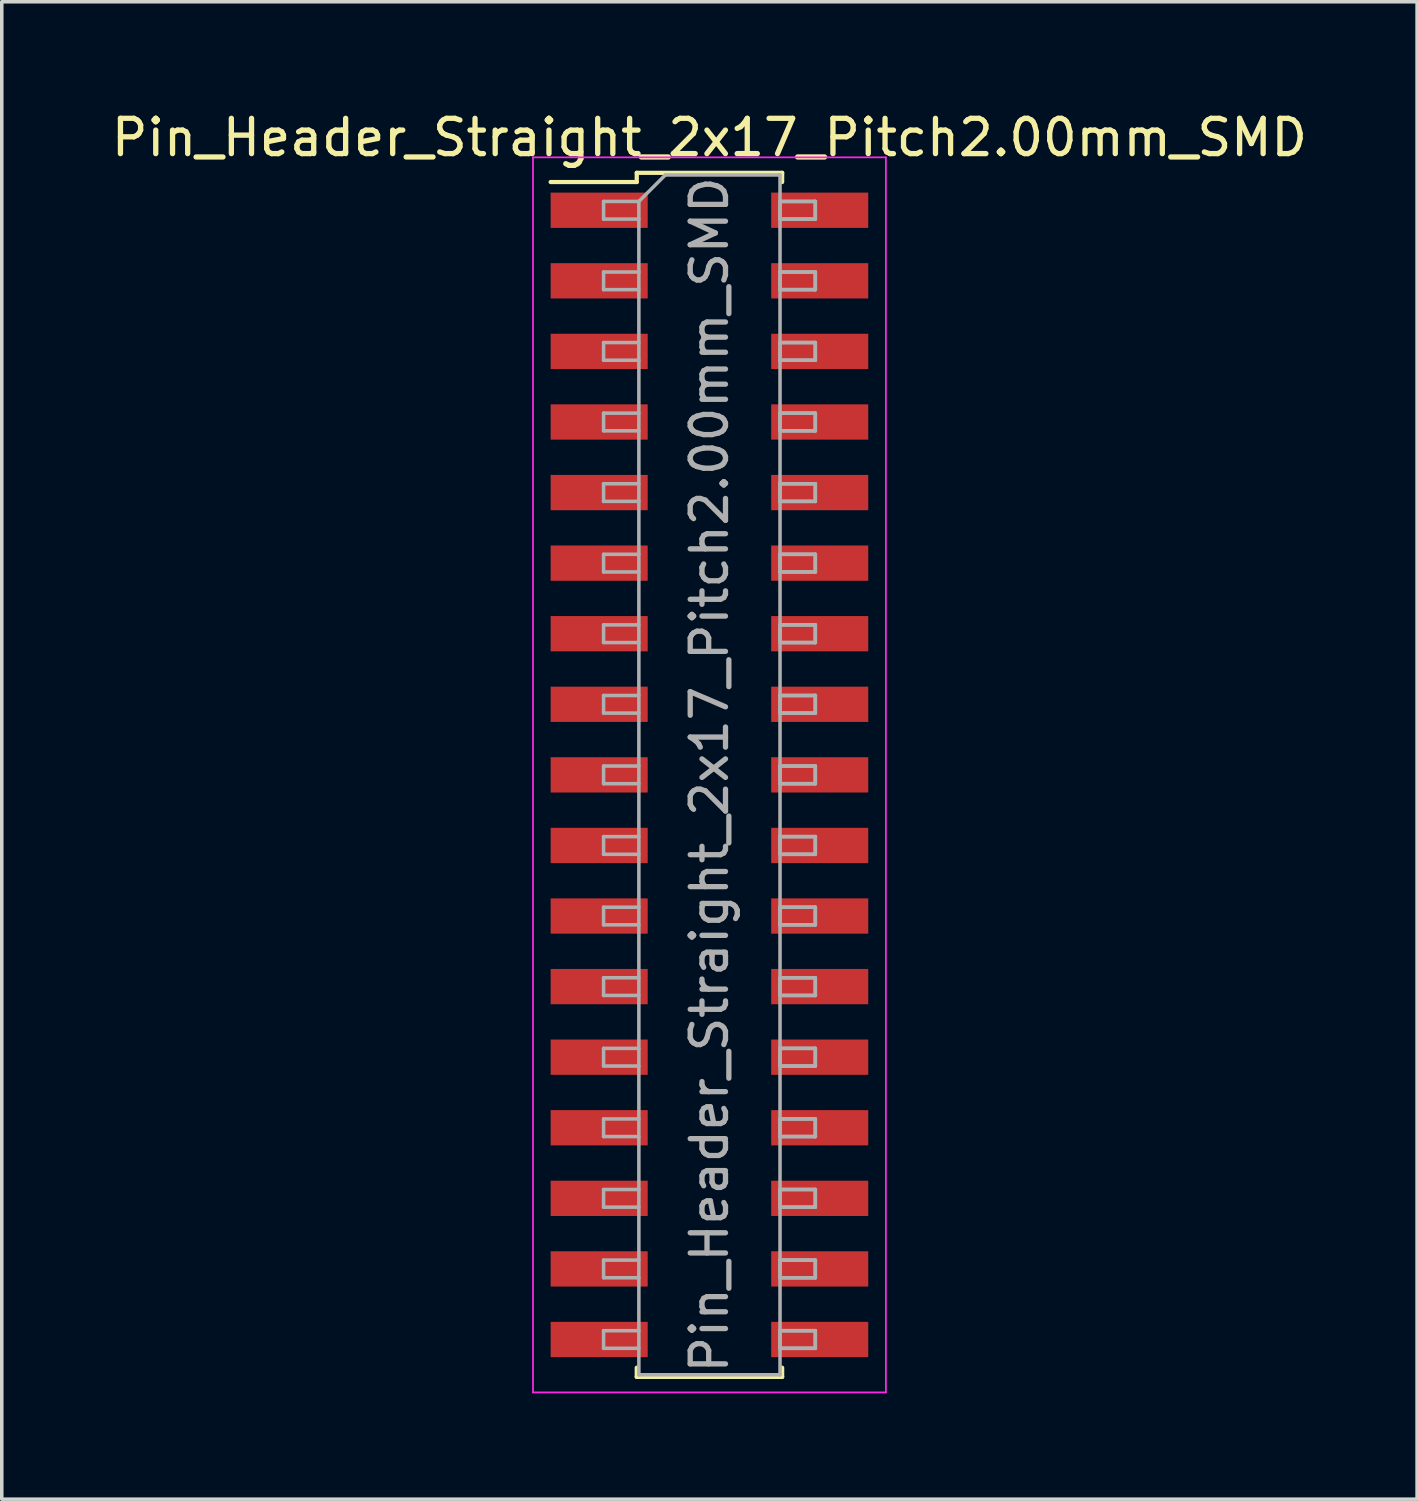
<source format=kicad_pcb>
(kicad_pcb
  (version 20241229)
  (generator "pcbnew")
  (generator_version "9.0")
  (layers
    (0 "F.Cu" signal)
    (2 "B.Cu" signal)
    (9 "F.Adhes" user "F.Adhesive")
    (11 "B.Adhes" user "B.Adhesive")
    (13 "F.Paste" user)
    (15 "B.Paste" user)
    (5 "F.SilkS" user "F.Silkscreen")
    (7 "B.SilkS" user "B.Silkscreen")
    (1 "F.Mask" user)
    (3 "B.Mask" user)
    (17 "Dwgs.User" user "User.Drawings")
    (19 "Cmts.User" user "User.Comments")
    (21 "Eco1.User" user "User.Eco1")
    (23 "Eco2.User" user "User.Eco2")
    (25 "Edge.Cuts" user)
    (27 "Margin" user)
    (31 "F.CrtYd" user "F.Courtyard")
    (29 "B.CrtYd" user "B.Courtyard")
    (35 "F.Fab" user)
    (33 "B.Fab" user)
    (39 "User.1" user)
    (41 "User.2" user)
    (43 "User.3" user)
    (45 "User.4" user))
  (footprint "Pin_Header_Straight_2x17_Pitch2.00mm_SMD"
    (layer "F.Cu")
    (at 17.054 18.908)
    (property "Reference" "Pin_Header_Straight_2x17_Pitch2.00mm_SMD" (at 0 -18.06 0) (layer "F.SilkS") (effects (font (size 1 1) (thickness 0.15))))
    (attr smd)
    (fp_line (start -4.5 -16.8) (end -2.06 -16.8) (stroke (width 0.12) (type solid)) (layer "F.SilkS"))
    (fp_line (start -2.06 -17.06) (end 2.06 -17.06) (stroke (width 0.12) (type solid)) (layer "F.SilkS"))
    (fp_line (start -2.06 -16.8) (end -2.06 -17.06) (stroke (width 0.12) (type solid)) (layer "F.SilkS"))
    (fp_line (start -2.06 16.8) (end -2.06 17.06) (stroke (width 0.12) (type solid)) (layer "F.SilkS"))
    (fp_line (start -2.06 17.06) (end 2.06 17.06) (stroke (width 0.12) (type solid)) (layer "F.SilkS"))
    (fp_line (start 2.06 -17.06) (end 2.06 -16.8) (stroke (width 0.12) (type solid)) (layer "F.SilkS"))
    (fp_line (start 2.06 17.06) (end 2.06 16.8) (stroke (width 0.12) (type solid)) (layer "F.SilkS"))
    (fp_line (start -5 -17.5) (end -5 17.5) (stroke (width 0.05) (type solid)) (layer "F.CrtYd"))
    (fp_line (start -5 17.5) (end 5 17.5) (stroke (width 0.05) (type solid)) (layer "F.CrtYd"))
    (fp_line (start 5 -17.5) (end -5 -17.5) (stroke (width 0.05) (type solid)) (layer "F.CrtYd"))
    (fp_line (start 5 17.5) (end 5 -17.5) (stroke (width 0.05) (type solid)) (layer "F.CrtYd"))
    (fp_line (start -3 -16.25) (end -3 -15.75) (stroke (width 0.1) (type solid)) (layer "F.Fab"))
    (fp_line (start -3 -15.75) (end -2 -15.75) (stroke (width 0.1) (type solid)) (layer "F.Fab"))
    (fp_line (start -3 -14.25) (end -3 -13.75) (stroke (width 0.1) (type solid)) (layer "F.Fab"))
    (fp_line (start -3 -13.75) (end -2 -13.75) (stroke (width 0.1) (type solid)) (layer "F.Fab"))
    (fp_line (start -3 -12.25) (end -3 -11.75) (stroke (width 0.1) (type solid)) (layer "F.Fab"))
    (fp_line (start -3 -11.75) (end -2 -11.75) (stroke (width 0.1) (type solid)) (layer "F.Fab"))
    (fp_line (start -3 -10.25) (end -3 -9.75) (stroke (width 0.1) (type solid)) (layer "F.Fab"))
    (fp_line (start -3 -9.75) (end -2 -9.75) (stroke (width 0.1) (type solid)) (layer "F.Fab"))
    (fp_line (start -3 -8.25) (end -3 -7.75) (stroke (width 0.1) (type solid)) (layer "F.Fab"))
    (fp_line (start -3 -7.75) (end -2 -7.75) (stroke (width 0.1) (type solid)) (layer "F.Fab"))
    (fp_line (start -3 -6.25) (end -3 -5.75) (stroke (width 0.1) (type solid)) (layer "F.Fab"))
    (fp_line (start -3 -5.75) (end -2 -5.75) (stroke (width 0.1) (type solid)) (layer "F.Fab"))
    (fp_line (start -3 -4.25) (end -3 -3.75) (stroke (width 0.1) (type solid)) (layer "F.Fab"))
    (fp_line (start -3 -3.75) (end -2 -3.75) (stroke (width 0.1) (type solid)) (layer "F.Fab"))
    (fp_line (start -3 -2.25) (end -3 -1.75) (stroke (width 0.1) (type solid)) (layer "F.Fab"))
    (fp_line (start -3 -1.75) (end -2 -1.75) (stroke (width 0.1) (type solid)) (layer "F.Fab"))
    (fp_line (start -3 -0.25) (end -3 0.25) (stroke (width 0.1) (type solid)) (layer "F.Fab"))
    (fp_line (start -3 0.25) (end -2 0.25) (stroke (width 0.1) (type solid)) (layer "F.Fab"))
    (fp_line (start -3 1.75) (end -3 2.25) (stroke (width 0.1) (type solid)) (layer "F.Fab"))
    (fp_line (start -3 2.25) (end -2 2.25) (stroke (width 0.1) (type solid)) (layer "F.Fab"))
    (fp_line (start -3 3.75) (end -3 4.25) (stroke (width 0.1) (type solid)) (layer "F.Fab"))
    (fp_line (start -3 4.25) (end -2 4.25) (stroke (width 0.1) (type solid)) (layer "F.Fab"))
    (fp_line (start -3 5.75) (end -3 6.25) (stroke (width 0.1) (type solid)) (layer "F.Fab"))
    (fp_line (start -3 6.25) (end -2 6.25) (stroke (width 0.1) (type solid)) (layer "F.Fab"))
    (fp_line (start -3 7.75) (end -3 8.25) (stroke (width 0.1) (type solid)) (layer "F.Fab"))
    (fp_line (start -3 8.25) (end -2 8.25) (stroke (width 0.1) (type solid)) (layer "F.Fab"))
    (fp_line (start -3 9.75) (end -3 10.25) (stroke (width 0.1) (type solid)) (layer "F.Fab"))
    (fp_line (start -3 10.25) (end -2 10.25) (stroke (width 0.1) (type solid)) (layer "F.Fab"))
    (fp_line (start -3 11.75) (end -3 12.25) (stroke (width 0.1) (type solid)) (layer "F.Fab"))
    (fp_line (start -3 12.25) (end -2 12.25) (stroke (width 0.1) (type solid)) (layer "F.Fab"))
    (fp_line (start -3 13.75) (end -3 14.25) (stroke (width 0.1) (type solid)) (layer "F.Fab"))
    (fp_line (start -3 14.25) (end -2 14.25) (stroke (width 0.1) (type solid)) (layer "F.Fab"))
    (fp_line (start -3 15.75) (end -3 16.25) (stroke (width 0.1) (type solid)) (layer "F.Fab"))
    (fp_line (start -3 16.25) (end -2 16.25) (stroke (width 0.1) (type solid)) (layer "F.Fab"))
    (fp_line (start -2 -16.25) (end -3 -16.25) (stroke (width 0.1) (type solid)) (layer "F.Fab"))
    (fp_line (start -2 -16.25) (end -1.25 -17) (stroke (width 0.1) (type solid)) (layer "F.Fab"))
    (fp_line (start -2 -14.25) (end -3 -14.25) (stroke (width 0.1) (type solid)) (layer "F.Fab"))
    (fp_line (start -2 -12.25) (end -3 -12.25) (stroke (width 0.1) (type solid)) (layer "F.Fab"))
    (fp_line (start -2 -10.25) (end -3 -10.25) (stroke (width 0.1) (type solid)) (layer "F.Fab"))
    (fp_line (start -2 -8.25) (end -3 -8.25) (stroke (width 0.1) (type solid)) (layer "F.Fab"))
    (fp_line (start -2 -6.25) (end -3 -6.25) (stroke (width 0.1) (type solid)) (layer "F.Fab"))
    (fp_line (start -2 -4.25) (end -3 -4.25) (stroke (width 0.1) (type solid)) (layer "F.Fab"))
    (fp_line (start -2 -2.25) (end -3 -2.25) (stroke (width 0.1) (type solid)) (layer "F.Fab"))
    (fp_line (start -2 -0.25) (end -3 -0.25) (stroke (width 0.1) (type solid)) (layer "F.Fab"))
    (fp_line (start -2 1.75) (end -3 1.75) (stroke (width 0.1) (type solid)) (layer "F.Fab"))
    (fp_line (start -2 3.75) (end -3 3.75) (stroke (width 0.1) (type solid)) (layer "F.Fab"))
    (fp_line (start -2 5.75) (end -3 5.75) (stroke (width 0.1) (type solid)) (layer "F.Fab"))
    (fp_line (start -2 7.75) (end -3 7.75) (stroke (width 0.1) (type solid)) (layer "F.Fab"))
    (fp_line (start -2 9.75) (end -3 9.75) (stroke (width 0.1) (type solid)) (layer "F.Fab"))
    (fp_line (start -2 11.75) (end -3 11.75) (stroke (width 0.1) (type solid)) (layer "F.Fab"))
    (fp_line (start -2 13.75) (end -3 13.75) (stroke (width 0.1) (type solid)) (layer "F.Fab"))
    (fp_line (start -2 15.75) (end -3 15.75) (stroke (width 0.1) (type solid)) (layer "F.Fab"))
    (fp_line (start -2 17) (end -2 -16.25) (stroke (width 0.1) (type solid)) (layer "F.Fab"))
    (fp_line (start -1.25 -17) (end 2 -17) (stroke (width 0.1) (type solid)) (layer "F.Fab"))
    (fp_line (start 2 -17) (end 2 17) (stroke (width 0.1) (type solid)) (layer "F.Fab"))
    (fp_line (start 2 -16.25) (end 2 -15.75) (stroke (width 0.1) (type solid)) (layer "F.Fab"))
    (fp_line (start 2 -16.25) (end 3 -16.25) (stroke (width 0.1) (type solid)) (layer "F.Fab"))
    (fp_line (start 2 -15.75) (end 3 -15.75) (stroke (width 0.1) (type solid)) (layer "F.Fab"))
    (fp_line (start 2 -14.25) (end 2 -13.75) (stroke (width 0.1) (type solid)) (layer "F.Fab"))
    (fp_line (start 2 -14.25) (end 3 -14.25) (stroke (width 0.1) (type solid)) (layer "F.Fab"))
    (fp_line (start 2 -13.75) (end 3 -13.75) (stroke (width 0.1) (type solid)) (layer "F.Fab"))
    (fp_line (start 2 -12.25) (end 2 -11.75) (stroke (width 0.1) (type solid)) (layer "F.Fab"))
    (fp_line (start 2 -12.25) (end 3 -12.25) (stroke (width 0.1) (type solid)) (layer "F.Fab"))
    (fp_line (start 2 -11.75) (end 3 -11.75) (stroke (width 0.1) (type solid)) (layer "F.Fab"))
    (fp_line (start 2 -10.25) (end 2 -9.75) (stroke (width 0.1) (type solid)) (layer "F.Fab"))
    (fp_line (start 2 -10.25) (end 3 -10.25) (stroke (width 0.1) (type solid)) (layer "F.Fab"))
    (fp_line (start 2 -9.75) (end 3 -9.75) (stroke (width 0.1) (type solid)) (layer "F.Fab"))
    (fp_line (start 2 -8.25) (end 2 -7.75) (stroke (width 0.1) (type solid)) (layer "F.Fab"))
    (fp_line (start 2 -8.25) (end 3 -8.25) (stroke (width 0.1) (type solid)) (layer "F.Fab"))
    (fp_line (start 2 -7.75) (end 3 -7.75) (stroke (width 0.1) (type solid)) (layer "F.Fab"))
    (fp_line (start 2 -6.25) (end 2 -5.75) (stroke (width 0.1) (type solid)) (layer "F.Fab"))
    (fp_line (start 2 -6.25) (end 3 -6.25) (stroke (width 0.1) (type solid)) (layer "F.Fab"))
    (fp_line (start 2 -5.75) (end 3 -5.75) (stroke (width 0.1) (type solid)) (layer "F.Fab"))
    (fp_line (start 2 -4.25) (end 2 -3.75) (stroke (width 0.1) (type solid)) (layer "F.Fab"))
    (fp_line (start 2 -4.25) (end 3 -4.25) (stroke (width 0.1) (type solid)) (layer "F.Fab"))
    (fp_line (start 2 -3.75) (end 3 -3.75) (stroke (width 0.1) (type solid)) (layer "F.Fab"))
    (fp_line (start 2 -2.25) (end 2 -1.75) (stroke (width 0.1) (type solid)) (layer "F.Fab"))
    (fp_line (start 2 -2.25) (end 3 -2.25) (stroke (width 0.1) (type solid)) (layer "F.Fab"))
    (fp_line (start 2 -1.75) (end 3 -1.75) (stroke (width 0.1) (type solid)) (layer "F.Fab"))
    (fp_line (start 2 -0.25) (end 2 0.25) (stroke (width 0.1) (type solid)) (layer "F.Fab"))
    (fp_line (start 2 -0.25) (end 3 -0.25) (stroke (width 0.1) (type solid)) (layer "F.Fab"))
    (fp_line (start 2 0.25) (end 3 0.25) (stroke (width 0.1) (type solid)) (layer "F.Fab"))
    (fp_line (start 2 1.75) (end 2 2.25) (stroke (width 0.1) (type solid)) (layer "F.Fab"))
    (fp_line (start 2 1.75) (end 3 1.75) (stroke (width 0.1) (type solid)) (layer "F.Fab"))
    (fp_line (start 2 2.25) (end 3 2.25) (stroke (width 0.1) (type solid)) (layer "F.Fab"))
    (fp_line (start 2 3.75) (end 2 4.25) (stroke (width 0.1) (type solid)) (layer "F.Fab"))
    (fp_line (start 2 3.75) (end 3 3.75) (stroke (width 0.1) (type solid)) (layer "F.Fab"))
    (fp_line (start 2 4.25) (end 3 4.25) (stroke (width 0.1) (type solid)) (layer "F.Fab"))
    (fp_line (start 2 5.75) (end 2 6.25) (stroke (width 0.1) (type solid)) (layer "F.Fab"))
    (fp_line (start 2 5.75) (end 3 5.75) (stroke (width 0.1) (type solid)) (layer "F.Fab"))
    (fp_line (start 2 6.25) (end 3 6.25) (stroke (width 0.1) (type solid)) (layer "F.Fab"))
    (fp_line (start 2 7.75) (end 2 8.25) (stroke (width 0.1) (type solid)) (layer "F.Fab"))
    (fp_line (start 2 7.75) (end 3 7.75) (stroke (width 0.1) (type solid)) (layer "F.Fab"))
    (fp_line (start 2 8.25) (end 3 8.25) (stroke (width 0.1) (type solid)) (layer "F.Fab"))
    (fp_line (start 2 9.75) (end 2 10.25) (stroke (width 0.1) (type solid)) (layer "F.Fab"))
    (fp_line (start 2 9.75) (end 3 9.75) (stroke (width 0.1) (type solid)) (layer "F.Fab"))
    (fp_line (start 2 10.25) (end 3 10.25) (stroke (width 0.1) (type solid)) (layer "F.Fab"))
    (fp_line (start 2 11.75) (end 2 12.25) (stroke (width 0.1) (type solid)) (layer "F.Fab"))
    (fp_line (start 2 11.75) (end 3 11.75) (stroke (width 0.1) (type solid)) (layer "F.Fab"))
    (fp_line (start 2 12.25) (end 3 12.25) (stroke (width 0.1) (type solid)) (layer "F.Fab"))
    (fp_line (start 2 13.75) (end 2 14.25) (stroke (width 0.1) (type solid)) (layer "F.Fab"))
    (fp_line (start 2 13.75) (end 3 13.75) (stroke (width 0.1) (type solid)) (layer "F.Fab"))
    (fp_line (start 2 14.25) (end 3 14.25) (stroke (width 0.1) (type solid)) (layer "F.Fab"))
    (fp_line (start 2 15.75) (end 2 16.25) (stroke (width 0.1) (type solid)) (layer "F.Fab"))
    (fp_line (start 2 15.75) (end 3 15.75) (stroke (width 0.1) (type solid)) (layer "F.Fab"))
    (fp_line (start 2 16.25) (end 3 16.25) (stroke (width 0.1) (type solid)) (layer "F.Fab"))
    (fp_line (start 2 17) (end -2 17) (stroke (width 0.1) (type solid)) (layer "F.Fab"))
    (fp_line (start 3 -16.25) (end 2 -16.25) (stroke (width 0.1) (type solid)) (layer "F.Fab"))
    (fp_line (start 3 -16.25) (end 3 -15.75) (stroke (width 0.1) (type solid)) (layer "F.Fab"))
    (fp_line (start 3 -15.75) (end 2 -15.75) (stroke (width 0.1) (type solid)) (layer "F.Fab"))
    (fp_line (start 3 -15.75) (end 3 -16.25) (stroke (width 0.1) (type solid)) (layer "F.Fab"))
    (fp_line (start 3 -14.25) (end 2 -14.25) (stroke (width 0.1) (type solid)) (layer "F.Fab"))
    (fp_line (start 3 -14.25) (end 3 -13.75) (stroke (width 0.1) (type solid)) (layer "F.Fab"))
    (fp_line (start 3 -13.75) (end 2 -13.75) (stroke (width 0.1) (type solid)) (layer "F.Fab"))
    (fp_line (start 3 -13.75) (end 3 -14.25) (stroke (width 0.1) (type solid)) (layer "F.Fab"))
    (fp_line (start 3 -12.25) (end 2 -12.25) (stroke (width 0.1) (type solid)) (layer "F.Fab"))
    (fp_line (start 3 -12.25) (end 3 -11.75) (stroke (width 0.1) (type solid)) (layer "F.Fab"))
    (fp_line (start 3 -11.75) (end 2 -11.75) (stroke (width 0.1) (type solid)) (layer "F.Fab"))
    (fp_line (start 3 -11.75) (end 3 -12.25) (stroke (width 0.1) (type solid)) (layer "F.Fab"))
    (fp_line (start 3 -10.25) (end 2 -10.25) (stroke (width 0.1) (type solid)) (layer "F.Fab"))
    (fp_line (start 3 -10.25) (end 3 -9.75) (stroke (width 0.1) (type solid)) (layer "F.Fab"))
    (fp_line (start 3 -9.75) (end 2 -9.75) (stroke (width 0.1) (type solid)) (layer "F.Fab"))
    (fp_line (start 3 -9.75) (end 3 -10.25) (stroke (width 0.1) (type solid)) (layer "F.Fab"))
    (fp_line (start 3 -8.25) (end 2 -8.25) (stroke (width 0.1) (type solid)) (layer "F.Fab"))
    (fp_line (start 3 -8.25) (end 3 -7.75) (stroke (width 0.1) (type solid)) (layer "F.Fab"))
    (fp_line (start 3 -7.75) (end 2 -7.75) (stroke (width 0.1) (type solid)) (layer "F.Fab"))
    (fp_line (start 3 -7.75) (end 3 -8.25) (stroke (width 0.1) (type solid)) (layer "F.Fab"))
    (fp_line (start 3 -6.25) (end 2 -6.25) (stroke (width 0.1) (type solid)) (layer "F.Fab"))
    (fp_line (start 3 -6.25) (end 3 -5.75) (stroke (width 0.1) (type solid)) (layer "F.Fab"))
    (fp_line (start 3 -5.75) (end 2 -5.75) (stroke (width 0.1) (type solid)) (layer "F.Fab"))
    (fp_line (start 3 -5.75) (end 3 -6.25) (stroke (width 0.1) (type solid)) (layer "F.Fab"))
    (fp_line (start 3 -4.25) (end 2 -4.25) (stroke (width 0.1) (type solid)) (layer "F.Fab"))
    (fp_line (start 3 -4.25) (end 3 -3.75) (stroke (width 0.1) (type solid)) (layer "F.Fab"))
    (fp_line (start 3 -3.75) (end 2 -3.75) (stroke (width 0.1) (type solid)) (layer "F.Fab"))
    (fp_line (start 3 -3.75) (end 3 -4.25) (stroke (width 0.1) (type solid)) (layer "F.Fab"))
    (fp_line (start 3 -2.25) (end 2 -2.25) (stroke (width 0.1) (type solid)) (layer "F.Fab"))
    (fp_line (start 3 -2.25) (end 3 -1.75) (stroke (width 0.1) (type solid)) (layer "F.Fab"))
    (fp_line (start 3 -1.75) (end 2 -1.75) (stroke (width 0.1) (type solid)) (layer "F.Fab"))
    (fp_line (start 3 -1.75) (end 3 -2.25) (stroke (width 0.1) (type solid)) (layer "F.Fab"))
    (fp_line (start 3 -0.25) (end 2 -0.25) (stroke (width 0.1) (type solid)) (layer "F.Fab"))
    (fp_line (start 3 -0.25) (end 3 0.25) (stroke (width 0.1) (type solid)) (layer "F.Fab"))
    (fp_line (start 3 0.25) (end 2 0.25) (stroke (width 0.1) (type solid)) (layer "F.Fab"))
    (fp_line (start 3 0.25) (end 3 -0.25) (stroke (width 0.1) (type solid)) (layer "F.Fab"))
    (fp_line (start 3 1.75) (end 2 1.75) (stroke (width 0.1) (type solid)) (layer "F.Fab"))
    (fp_line (start 3 1.75) (end 3 2.25) (stroke (width 0.1) (type solid)) (layer "F.Fab"))
    (fp_line (start 3 2.25) (end 2 2.25) (stroke (width 0.1) (type solid)) (layer "F.Fab"))
    (fp_line (start 3 2.25) (end 3 1.75) (stroke (width 0.1) (type solid)) (layer "F.Fab"))
    (fp_line (start 3 3.75) (end 2 3.75) (stroke (width 0.1) (type solid)) (layer "F.Fab"))
    (fp_line (start 3 3.75) (end 3 4.25) (stroke (width 0.1) (type solid)) (layer "F.Fab"))
    (fp_line (start 3 4.25) (end 2 4.25) (stroke (width 0.1) (type solid)) (layer "F.Fab"))
    (fp_line (start 3 4.25) (end 3 3.75) (stroke (width 0.1) (type solid)) (layer "F.Fab"))
    (fp_line (start 3 5.75) (end 2 5.75) (stroke (width 0.1) (type solid)) (layer "F.Fab"))
    (fp_line (start 3 5.75) (end 3 6.25) (stroke (width 0.1) (type solid)) (layer "F.Fab"))
    (fp_line (start 3 6.25) (end 2 6.25) (stroke (width 0.1) (type solid)) (layer "F.Fab"))
    (fp_line (start 3 6.25) (end 3 5.75) (stroke (width 0.1) (type solid)) (layer "F.Fab"))
    (fp_line (start 3 7.75) (end 2 7.75) (stroke (width 0.1) (type solid)) (layer "F.Fab"))
    (fp_line (start 3 7.75) (end 3 8.25) (stroke (width 0.1) (type solid)) (layer "F.Fab"))
    (fp_line (start 3 8.25) (end 2 8.25) (stroke (width 0.1) (type solid)) (layer "F.Fab"))
    (fp_line (start 3 8.25) (end 3 7.75) (stroke (width 0.1) (type solid)) (layer "F.Fab"))
    (fp_line (start 3 9.75) (end 2 9.75) (stroke (width 0.1) (type solid)) (layer "F.Fab"))
    (fp_line (start 3 9.75) (end 3 10.25) (stroke (width 0.1) (type solid)) (layer "F.Fab"))
    (fp_line (start 3 10.25) (end 2 10.25) (stroke (width 0.1) (type solid)) (layer "F.Fab"))
    (fp_line (start 3 10.25) (end 3 9.75) (stroke (width 0.1) (type solid)) (layer "F.Fab"))
    (fp_line (start 3 11.75) (end 2 11.75) (stroke (width 0.1) (type solid)) (layer "F.Fab"))
    (fp_line (start 3 11.75) (end 3 12.25) (stroke (width 0.1) (type solid)) (layer "F.Fab"))
    (fp_line (start 3 12.25) (end 2 12.25) (stroke (width 0.1) (type solid)) (layer "F.Fab"))
    (fp_line (start 3 12.25) (end 3 11.75) (stroke (width 0.1) (type solid)) (layer "F.Fab"))
    (fp_line (start 3 13.75) (end 2 13.75) (stroke (width 0.1) (type solid)) (layer "F.Fab"))
    (fp_line (start 3 13.75) (end 3 14.25) (stroke (width 0.1) (type solid)) (layer "F.Fab"))
    (fp_line (start 3 14.25) (end 2 14.25) (stroke (width 0.1) (type solid)) (layer "F.Fab"))
    (fp_line (start 3 14.25) (end 3 13.75) (stroke (width 0.1) (type solid)) (layer "F.Fab"))
    (fp_line (start 3 15.75) (end 2 15.75) (stroke (width 0.1) (type solid)) (layer "F.Fab"))
    (fp_line (start 3 15.75) (end 3 16.25) (stroke (width 0.1) (type solid)) (layer "F.Fab"))
    (fp_line (start 3 16.25) (end 2 16.25) (stroke (width 0.1) (type solid)) (layer "F.Fab"))
    (fp_line (start 3 16.25) (end 3 15.75) (stroke (width 0.1) (type solid)) (layer "F.Fab"))
    (fp_text user "${REFERENCE}" (at 0 0 90) (layer "F.Fab") (effects (font (size 1 1) (thickness 0.15))))
    (pad "1" smd rect (at -3.125 -16) (size 2.75 1) (layers "F.Cu" "F.Mask"))
    (pad "2" smd rect (at 3.125 -16) (size 2.75 1) (layers "F.Cu" "F.Mask"))
    (pad "3" smd rect (at -3.125 -14) (size 2.75 1) (layers "F.Cu" "F.Mask"))
    (pad "4" smd rect (at 3.125 -14) (size 2.75 1) (layers "F.Cu" "F.Mask"))
    (pad "5" smd rect (at -3.125 -12) (size 2.75 1) (layers "F.Cu" "F.Mask"))
    (pad "6" smd rect (at 3.125 -12) (size 2.75 1) (layers "F.Cu" "F.Mask"))
    (pad "7" smd rect (at -3.125 -10) (size 2.75 1) (layers "F.Cu" "F.Mask"))
    (pad "8" smd rect (at 3.125 -10) (size 2.75 1) (layers "F.Cu" "F.Mask"))
    (pad "9" smd rect (at -3.125 -8) (size 2.75 1) (layers "F.Cu" "F.Mask"))
    (pad "10" smd rect (at 3.125 -8) (size 2.75 1) (layers "F.Cu" "F.Mask"))
    (pad "11" smd rect (at -3.125 -6) (size 2.75 1) (layers "F.Cu" "F.Mask"))
    (pad "12" smd rect (at 3.125 -6) (size 2.75 1) (layers "F.Cu" "F.Mask"))
    (pad "13" smd rect (at -3.125 -4) (size 2.75 1) (layers "F.Cu" "F.Mask"))
    (pad "14" smd rect (at 3.125 -4) (size 2.75 1) (layers "F.Cu" "F.Mask"))
    (pad "15" smd rect (at -3.125 -2) (size 2.75 1) (layers "F.Cu" "F.Mask"))
    (pad "16" smd rect (at 3.125 -2) (size 2.75 1) (layers "F.Cu" "F.Mask"))
    (pad "17" smd rect (at -3.125 0) (size 2.75 1) (layers "F.Cu" "F.Mask"))
    (pad "18" smd rect (at 3.125 0) (size 2.75 1) (layers "F.Cu" "F.Mask"))
    (pad "19" smd rect (at -3.125 2) (size 2.75 1) (layers "F.Cu" "F.Mask"))
    (pad "20" smd rect (at 3.125 2) (size 2.75 1) (layers "F.Cu" "F.Mask"))
    (pad "21" smd rect (at -3.125 4) (size 2.75 1) (layers "F.Cu" "F.Mask"))
    (pad "22" smd rect (at 3.125 4) (size 2.75 1) (layers "F.Cu" "F.Mask"))
    (pad "23" smd rect (at -3.125 6) (size 2.75 1) (layers "F.Cu" "F.Mask"))
    (pad "24" smd rect (at 3.125 6) (size 2.75 1) (layers "F.Cu" "F.Mask"))
    (pad "25" smd rect (at -3.125 8) (size 2.75 1) (layers "F.Cu" "F.Mask"))
    (pad "26" smd rect (at 3.125 8) (size 2.75 1) (layers "F.Cu" "F.Mask"))
    (pad "27" smd rect (at -3.125 10) (size 2.75 1) (layers "F.Cu" "F.Mask"))
    (pad "28" smd rect (at 3.125 10) (size 2.75 1) (layers "F.Cu" "F.Mask"))
    (pad "29" smd rect (at -3.125 12) (size 2.75 1) (layers "F.Cu" "F.Mask"))
    (pad "30" smd rect (at 3.125 12) (size 2.75 1) (layers "F.Cu" "F.Mask"))
    (pad "31" smd rect (at -3.125 14) (size 2.75 1) (layers "F.Cu" "F.Mask"))
    (pad "32" smd rect (at 3.125 14) (size 2.75 1) (layers "F.Cu" "F.Mask"))
    (pad "33" smd rect (at -3.125 16) (size 2.75 1) (layers "F.Cu" "F.Mask"))
    (pad "34" smd rect (at 3.125 16) (size 2.75 1) (layers "F.Cu" "F.Mask")))
  (gr_rect
    (start -3 -3)
    (end 37.107 39.433)
    (stroke (width 0.1) (type default))
    (fill no)
    (layer "Edge.Cuts")))
</source>
